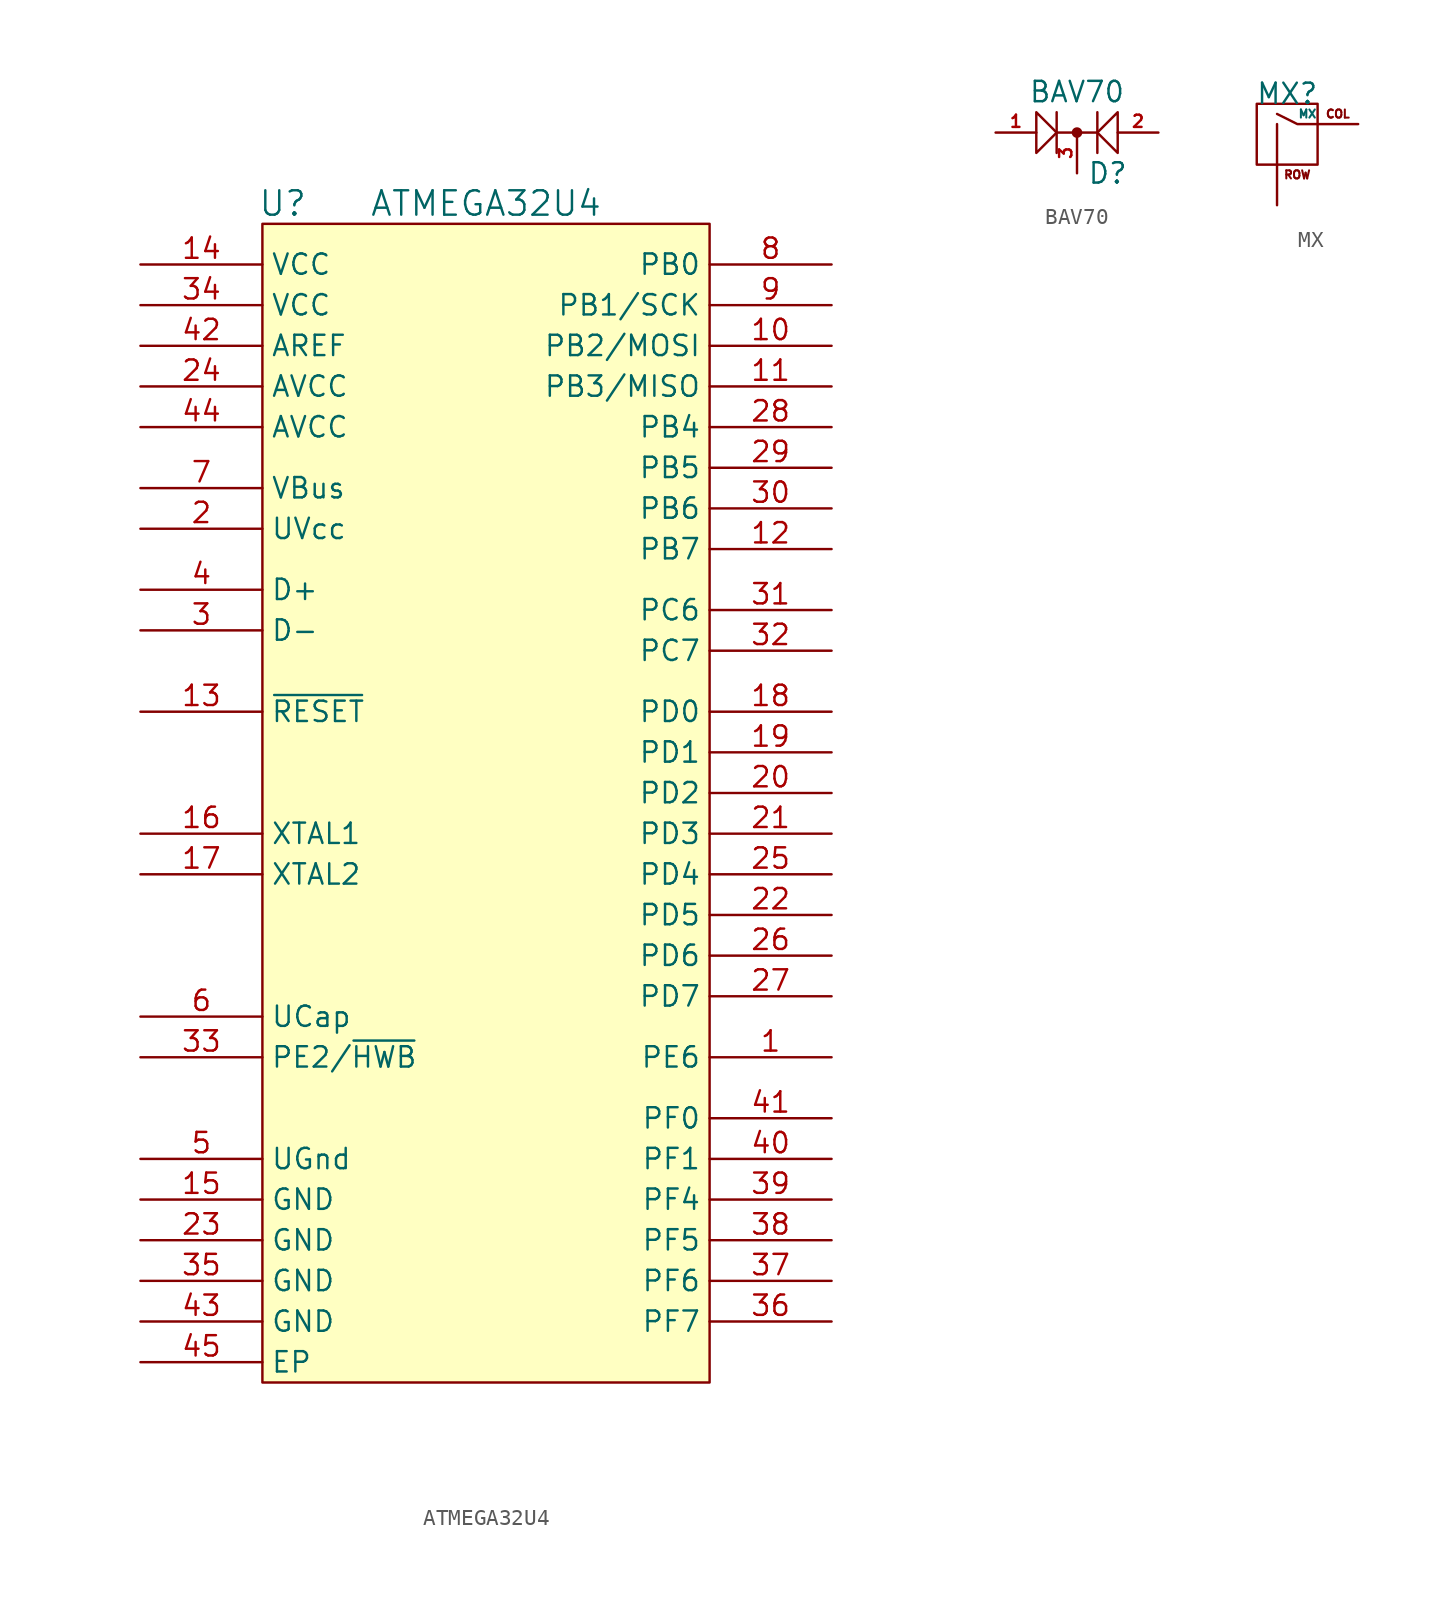
<source format=kicad_sym>
(kicad_symbol_lib
  (version 20211014)
  (generator kicad_symbol_editor)
  (symbol "ATMEGA32U4"
    (property "Reference" "U"
      (at -17.78 30.48 0)
      (effects (font (size 1.524 1.524))))
    (property "Value" "ATMEGA32U4"
      (at -5.08 30.48 0)
      (effects (font (size 1.524 1.524))))
    (property "Footprint" ""
      (at 0 0 0)
      (effects (font (size 1.524 1.524))))
    (property "Datasheet" ""
      (at 0 0 0)
      (effects (font (size 1.524 1.524))))
    (symbol "ATMEGA32U4_0_1"
      (rectangle (start 8.89 29.21) (end -19.05 -43.18) (stroke (width 0) (type default) (color 0 0 0 0)) (fill (type background))))
    (symbol "ATMEGA32U4_1_1"
      (pin bidirectional line (at 16.51 -22.86 180) (length 7.62) (name "PE6" (effects (font (size 1.27 1.27)))) (number "1" (effects (font (size 1.27 1.27)))))
      (pin bidirectional line (at 16.51 21.59 180) (length 7.62) (name "PB2/MOSI" (effects (font (size 1.27 1.27)))) (number "10" (effects (font (size 1.27 1.27)))))
      (pin bidirectional line (at 16.51 19.05 180) (length 7.62) (name "PB3/MISO" (effects (font (size 1.27 1.27)))) (number "11" (effects (font (size 1.27 1.27)))))
      (pin bidirectional line (at 16.51 8.89 180) (length 7.62) (name "PB7" (effects (font (size 1.27 1.27)))) (number "12" (effects (font (size 1.27 1.27)))))
      (pin input line (at -26.67 -1.27 0) (length 7.62) (name "~{RESET}" (effects (font (size 1.27 1.27)))) (number "13" (effects (font (size 1.27 1.27)))))
      (pin power_in line (at -26.67 26.67 0) (length 7.62) (name "VCC" (effects (font (size 1.27 1.27)))) (number "14" (effects (font (size 1.27 1.27)))))
      (pin power_in line (at -26.67 -31.75 0) (length 7.62) (name "GND" (effects (font (size 1.27 1.27)))) (number "15" (effects (font (size 1.27 1.27)))))
      (pin input line (at -26.67 -8.89 0) (length 7.62) (name "XTAL1" (effects (font (size 1.27 1.27)))) (number "16" (effects (font (size 1.27 1.27)))))
      (pin output line (at -26.67 -11.43 0) (length 7.62) (name "XTAL2" (effects (font (size 1.27 1.27)))) (number "17" (effects (font (size 1.27 1.27)))))
      (pin bidirectional line (at 16.51 -1.27 180) (length 7.62) (name "PD0" (effects (font (size 1.27 1.27)))) (number "18" (effects (font (size 1.27 1.27)))))
      (pin bidirectional line (at 16.51 -3.81 180) (length 7.62) (name "PD1" (effects (font (size 1.27 1.27)))) (number "19" (effects (font (size 1.27 1.27)))))
      (pin power_in line (at -26.67 10.16 0) (length 7.62) (name "UVcc" (effects (font (size 1.27 1.27)))) (number "2" (effects (font (size 1.27 1.27)))))
      (pin bidirectional line (at 16.51 -6.35 180) (length 7.62) (name "PD2" (effects (font (size 1.27 1.27)))) (number "20" (effects (font (size 1.27 1.27)))))
      (pin bidirectional line (at 16.51 -8.89 180) (length 7.62) (name "PD3" (effects (font (size 1.27 1.27)))) (number "21" (effects (font (size 1.27 1.27)))))
      (pin bidirectional line (at 16.51 -13.97 180) (length 7.62) (name "PD5" (effects (font (size 1.27 1.27)))) (number "22" (effects (font (size 1.27 1.27)))))
      (pin power_in line (at -26.67 -34.29 0) (length 7.62) (name "GND" (effects (font (size 1.27 1.27)))) (number "23" (effects (font (size 1.27 1.27)))))
      (pin power_in line (at -26.67 19.05 0) (length 7.62) (name "AVCC" (effects (font (size 1.27 1.27)))) (number "24" (effects (font (size 1.27 1.27)))))
      (pin bidirectional line (at 16.51 -11.43 180) (length 7.62) (name "PD4" (effects (font (size 1.27 1.27)))) (number "25" (effects (font (size 1.27 1.27)))))
      (pin bidirectional line (at 16.51 -16.51 180) (length 7.62) (name "PD6" (effects (font (size 1.27 1.27)))) (number "26" (effects (font (size 1.27 1.27)))))
      (pin bidirectional line (at 16.51 -19.05 180) (length 7.62) (name "PD7" (effects (font (size 1.27 1.27)))) (number "27" (effects (font (size 1.27 1.27)))))
      (pin bidirectional line (at 16.51 16.51 180) (length 7.62) (name "PB4" (effects (font (size 1.27 1.27)))) (number "28" (effects (font (size 1.27 1.27)))))
      (pin bidirectional line (at 16.51 13.97 180) (length 7.62) (name "PB5" (effects (font (size 1.27 1.27)))) (number "29" (effects (font (size 1.27 1.27)))))
      (pin bidirectional line (at -26.67 3.81 0) (length 7.62) (name "D-" (effects (font (size 1.27 1.27)))) (number "3" (effects (font (size 1.27 1.27)))))
      (pin bidirectional line (at 16.51 11.43 180) (length 7.62) (name "PB6" (effects (font (size 1.27 1.27)))) (number "30" (effects (font (size 1.27 1.27)))))
      (pin bidirectional line (at 16.51 5.08 180) (length 7.62) (name "PC6" (effects (font (size 1.27 1.27)))) (number "31" (effects (font (size 1.27 1.27)))))
      (pin bidirectional line (at 16.51 2.54 180) (length 7.62) (name "PC7" (effects (font (size 1.27 1.27)))) (number "32" (effects (font (size 1.27 1.27)))))
      (pin bidirectional line (at -26.67 -22.86 0) (length 7.62) (name "PE2/~{HWB}" (effects (font (size 1.27 1.27)))) (number "33" (effects (font (size 1.27 1.27)))))
      (pin power_in line (at -26.67 24.13 0) (length 7.62) (name "VCC" (effects (font (size 1.27 1.27)))) (number "34" (effects (font (size 1.27 1.27)))))
      (pin power_in line (at -26.67 -36.83 0) (length 7.62) (name "GND" (effects (font (size 1.27 1.27)))) (number "35" (effects (font (size 1.27 1.27)))))
      (pin bidirectional line (at 16.51 -39.37 180) (length 7.62) (name "PF7" (effects (font (size 1.27 1.27)))) (number "36" (effects (font (size 1.27 1.27)))))
      (pin bidirectional line (at 16.51 -36.83 180) (length 7.62) (name "PF6" (effects (font (size 1.27 1.27)))) (number "37" (effects (font (size 1.27 1.27)))))
      (pin bidirectional line (at 16.51 -34.29 180) (length 7.62) (name "PF5" (effects (font (size 1.27 1.27)))) (number "38" (effects (font (size 1.27 1.27)))))
      (pin bidirectional line (at 16.51 -31.75 180) (length 7.62) (name "PF4" (effects (font (size 1.27 1.27)))) (number "39" (effects (font (size 1.27 1.27)))))
      (pin bidirectional line (at -26.67 6.35 0) (length 7.62) (name "D+" (effects (font (size 1.27 1.27)))) (number "4" (effects (font (size 1.27 1.27)))))
      (pin bidirectional line (at 16.51 -29.21 180) (length 7.62) (name "PF1" (effects (font (size 1.27 1.27)))) (number "40" (effects (font (size 1.27 1.27)))))
      (pin bidirectional line (at 16.51 -26.67 180) (length 7.62) (name "PF0" (effects (font (size 1.27 1.27)))) (number "41" (effects (font (size 1.27 1.27)))))
      (pin input line (at -26.67 21.59 0) (length 7.62) (name "AREF" (effects (font (size 1.27 1.27)))) (number "42" (effects (font (size 1.27 1.27)))))
      (pin power_in line (at -26.67 -39.37 0) (length 7.62) (name "GND" (effects (font (size 1.27 1.27)))) (number "43" (effects (font (size 1.27 1.27)))))
      (pin power_in line (at -26.67 16.51 0) (length 7.62) (name "AVCC" (effects (font (size 1.27 1.27)))) (number "44" (effects (font (size 1.27 1.27)))))
      (pin power_in line (at -26.67 -41.91 0) (length 7.62) (name "EP" (effects (font (size 1.27 1.27)))) (number "45" (effects (font (size 1.27 1.27)))))
      (pin power_in line (at -26.67 -29.21 0) (length 7.62) (name "UGnd" (effects (font (size 1.27 1.27)))) (number "5" (effects (font (size 1.27 1.27)))))
      (pin input line (at -26.67 -20.32 0) (length 7.62) (name "UCap" (effects (font (size 1.27 1.27)))) (number "6" (effects (font (size 1.27 1.27)))))
      (pin input line (at -26.67 12.7 0) (length 7.62) (name "VBus" (effects (font (size 1.27 1.27)))) (number "7" (effects (font (size 1.27 1.27)))))
      (pin bidirectional line (at 16.51 26.67 180) (length 7.62) (name "PB0" (effects (font (size 1.27 1.27)))) (number "8" (effects (font (size 1.27 1.27)))))
      (pin bidirectional line (at 16.51 24.13 180) (length 7.62) (name "PB1/SCK" (effects (font (size 1.27 1.27)))) (number "9" (effects (font (size 1.27 1.27)))))))
  (symbol "BAV70"
    (pin_names
      (offset 0.762) hide)
    (property "Reference" "D"
      (at 0.635 -2.54 0)
      (effects (font (size 1.27 1.27)) (justify left)))
    (property "Value" "BAV70"
      (at 0 2.54 0)
      (effects (font (size 1.27 1.27))))
    (symbol "BAV70_0_1"
      (polyline (pts (xy -1.27 1.27) (xy -1.27 -1.27)) (stroke (width 0) (type default) (color 0 0 0 0)) (fill (type none)))
      (polyline (pts (xy 1.27 0) (xy -1.27 0)) (stroke (width 0) (type default) (color 0 0 0 0)) (fill (type none)))
      (polyline (pts (xy 1.27 1.27) (xy 1.27 -1.27)) (stroke (width 0) (type default) (color 0 0 0 0)) (fill (type none)))
      (polyline (pts (xy -2.54 1.27) (xy -2.54 -1.27) (xy -1.27 0) (xy -2.54 1.27)) (stroke (width 0) (type default) (color 0 0 0 0)) (fill (type none)))
      (polyline (pts (xy 2.54 1.27) (xy 2.54 -1.27) (xy 1.27 0) (xy 2.54 1.27)) (stroke (width 0) (type default) (color 0 0 0 0)) (fill (type none)))
      (circle (center 0 0) (radius 0.254) (stroke (width 0) (type default) (color 0 0 0 0)) (fill (type outline))))
    (symbol "BAV70_1_1"
      (pin input line (at -5.08 0 0) (length 2.54) (name "A1" (effects (font (size 0.762 0.762)))) (number "1" (effects (font (size 0.762 0.762)))))
      (pin input line (at 5.08 0 180) (length 2.54) (name "A2" (effects (font (size 0.762 0.762)))) (number "2" (effects (font (size 0.762 0.762)))))
      (pin passive line (at 0 -2.54 90) (length 2.54) (name "K" (effects (font (size 0.508 0.508)))) (number "3" (effects (font (size 0.762 0.762)))))))
  (symbol "MX"
    (pin_names
      (offset 1.016))
    (property "Reference" "MX"
      (at -0.635 1.905 0)
      (effects (font (size 1.27 1.27))))
    (property "Value" "MX"
      (at 0.635 0.635 0)
      (effects (font (size 0.508 0.508))))
    (symbol "MX_1_0"
      (text "COL" (at 2.54 0.635 0) (effects (font (size 0.508 0.508)))))
    (symbol "MX_1_1"
      (polyline (pts (xy -1.27 -2.54) (xy -1.27 0)) (stroke (width 0) (type default) (color 0 0 0 0)) (fill (type none)))
      (polyline (pts (xy 1.27 0) (xy 0 0) (xy -1.27 0.635)) (stroke (width 0) (type default) (color 0 0 0 0)) (fill (type none)))
      (polyline (pts (xy -2.54 1.27) (xy 1.27 1.27) (xy 1.27 -2.54) (xy -2.54 -2.54) (xy -2.54 1.27)) (stroke (width 0) (type default) (color 0 0 0 0)) (fill (type none)))
      (text "ROW" (at 0 -3.175 0) (effects (font (size 0.508 0.508))))
      (pin passive line (at 3.81 0 180) (length 2.54) (name "COL" (effects (font (size 0 0)))) (number "1" (effects (font (size 0 0)))))
      (pin passive line (at -1.27 -5.08 90) (length 2.54) (name "ROW" (effects (font (size 0 0)))) (number "2" (effects (font (size 0 0))))))))
</source>
